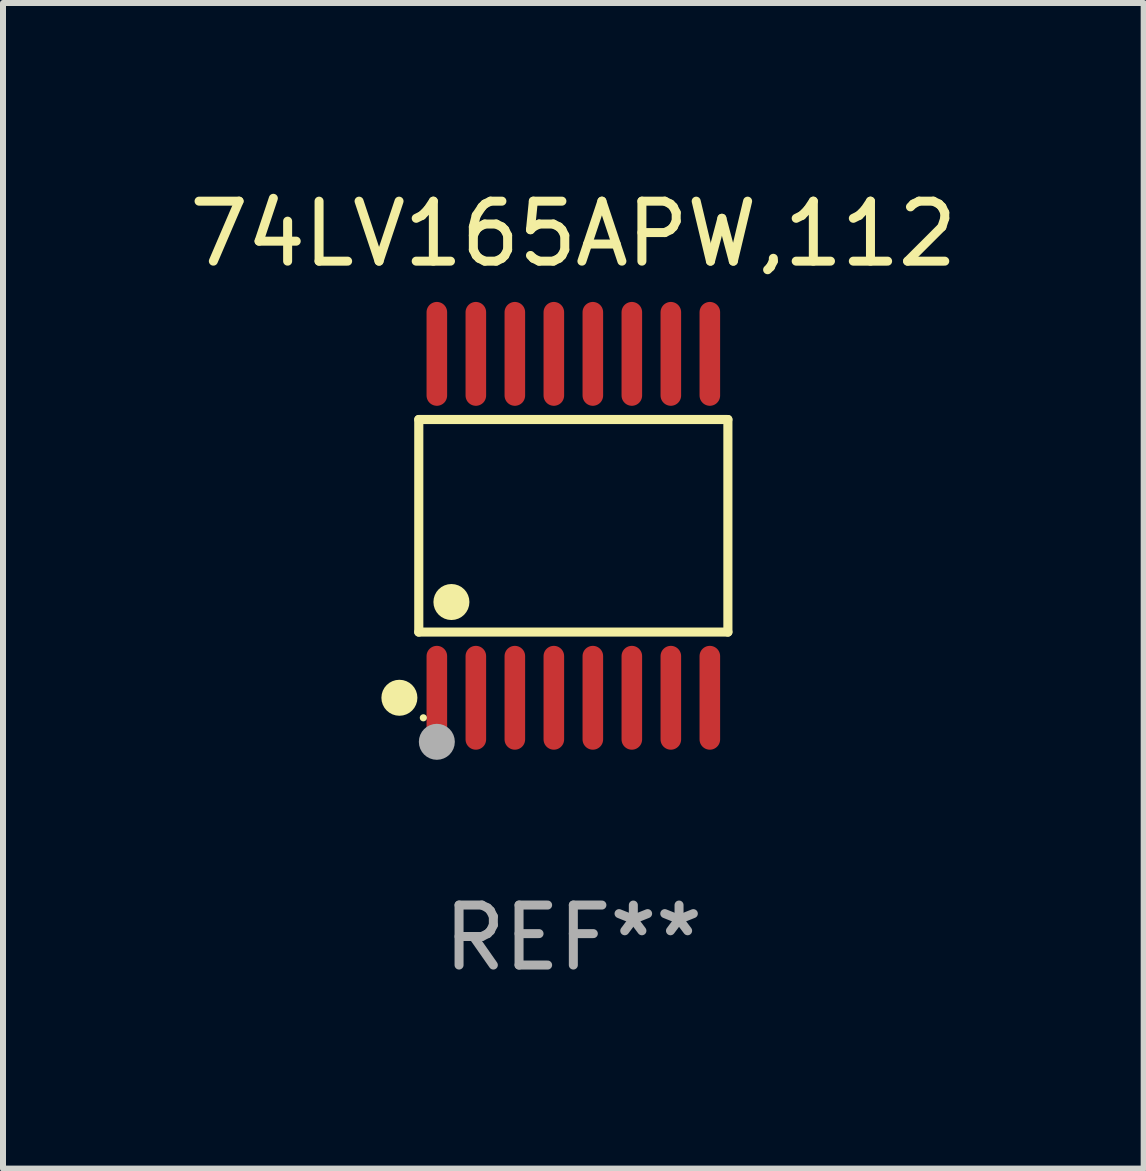
<source format=kicad_pcb>
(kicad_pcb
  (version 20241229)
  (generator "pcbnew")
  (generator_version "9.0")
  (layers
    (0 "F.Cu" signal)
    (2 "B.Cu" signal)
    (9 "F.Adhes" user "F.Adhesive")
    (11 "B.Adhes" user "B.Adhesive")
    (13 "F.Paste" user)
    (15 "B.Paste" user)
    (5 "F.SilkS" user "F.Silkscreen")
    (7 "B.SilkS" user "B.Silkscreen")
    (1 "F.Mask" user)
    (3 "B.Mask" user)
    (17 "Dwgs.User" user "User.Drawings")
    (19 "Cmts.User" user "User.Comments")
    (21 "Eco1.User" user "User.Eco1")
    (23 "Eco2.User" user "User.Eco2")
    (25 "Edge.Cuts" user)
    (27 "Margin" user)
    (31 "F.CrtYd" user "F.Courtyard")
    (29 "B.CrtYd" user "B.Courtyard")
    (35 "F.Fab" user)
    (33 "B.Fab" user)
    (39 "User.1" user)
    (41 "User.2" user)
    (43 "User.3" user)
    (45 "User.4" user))
  (footprint "74LV165APW,112"
    (layer "F.Cu")
    (at 6.506 5.714)
    (property "Reference" "74LV165APW,112" (at 0 -4.866 0) (layer "F.SilkS") (effects (font (size 1 1) (thickness 0.15))))
    (attr through_hole)
    (fp_line (start -2.576 -1.772) (end 2.576 -1.772) (stroke (width 0.152) (type solid)) (layer "F.SilkS"))
    (fp_line (start -2.576 1.771) (end -2.576 -1.772) (stroke (width 0.152) (type solid)) (layer "F.SilkS"))
    (fp_line (start 2.576 -1.772) (end 2.576 1.771) (stroke (width 0.152) (type solid)) (layer "F.SilkS"))
    (fp_line (start 2.576 1.771) (end -2.576 1.771) (stroke (width 0.152) (type solid)) (layer "F.SilkS"))
    (fp_circle (center -2.899 2.866) (end -2.749 2.866) (stroke (width 0.3) (type solid)) (fill no) (layer "F.SilkS"))
    (fp_circle (center -2.5 3.2) (end -2.47 3.2) (stroke (width 0.06) (type solid)) (fill no) (layer "F.SilkS"))
    (fp_circle (center -2.032 1.27) (end -1.882 1.27) (stroke (width 0.3) (type solid)) (fill no) (layer "F.SilkS"))
    (fp_circle (center -2.275 3.6) (end -2.125 3.6) (stroke (width 0.3) (type solid)) (fill no) (layer "F.Fab"))
    (fp_text user "REF**" (at 0 6.866 0) (layer "F.Fab") (effects (font (size 1 1) (thickness 0.15))))
    (pad "1" smd oval (at -2.275 2.866) (size 0.343 1.731) (layers "F.Cu" "F.Mask" "F.Paste"))
    (pad "2" smd oval (at -1.625 2.866) (size 0.343 1.731) (layers "F.Cu" "F.Mask" "F.Paste"))
    (pad "3" smd oval (at -0.975 2.866) (size 0.343 1.731) (layers "F.Cu" "F.Mask" "F.Paste"))
    (pad "4" smd oval (at -0.325 2.866) (size 0.343 1.731) (layers "F.Cu" "F.Mask" "F.Paste"))
    (pad "5" smd oval (at 0.325 2.866) (size 0.343 1.731) (layers "F.Cu" "F.Mask" "F.Paste"))
    (pad "6" smd oval (at 0.975 2.866) (size 0.343 1.731) (layers "F.Cu" "F.Mask" "F.Paste"))
    (pad "7" smd oval (at 1.625 2.866) (size 0.343 1.731) (layers "F.Cu" "F.Mask" "F.Paste"))
    (pad "8" smd oval (at 2.275 2.866) (size 0.343 1.731) (layers "F.Cu" "F.Mask" "F.Paste"))
    (pad "9" smd oval (at 2.275 -2.866) (size 0.343 1.731) (layers "F.Cu" "F.Mask" "F.Paste"))
    (pad "10" smd oval (at 1.625 -2.866) (size 0.343 1.731) (layers "F.Cu" "F.Mask" "F.Paste"))
    (pad "11" smd oval (at 0.975 -2.866) (size 0.343 1.731) (layers "F.Cu" "F.Mask" "F.Paste"))
    (pad "12" smd oval (at 0.325 -2.866) (size 0.343 1.731) (layers "F.Cu" "F.Mask" "F.Paste"))
    (pad "13" smd oval (at -0.325 -2.866) (size 0.343 1.731) (layers "F.Cu" "F.Mask" "F.Paste"))
    (pad "14" smd oval (at -0.975 -2.866) (size 0.343 1.731) (layers "F.Cu" "F.Mask" "F.Paste"))
    (pad "15" smd oval (at -1.625 -2.866) (size 0.343 1.731) (layers "F.Cu" "F.Mask" "F.Paste"))
    (pad "16" smd oval (at -2.275 -2.866) (size 0.343 1.731) (layers "F.Cu" "F.Mask" "F.Paste")))
  (gr_rect
    (start -3 -3)
    (end 16.012 16.428)
    (stroke (width 0.1) (type default))
    (fill no)
    (layer "Edge.Cuts")))
</source>
